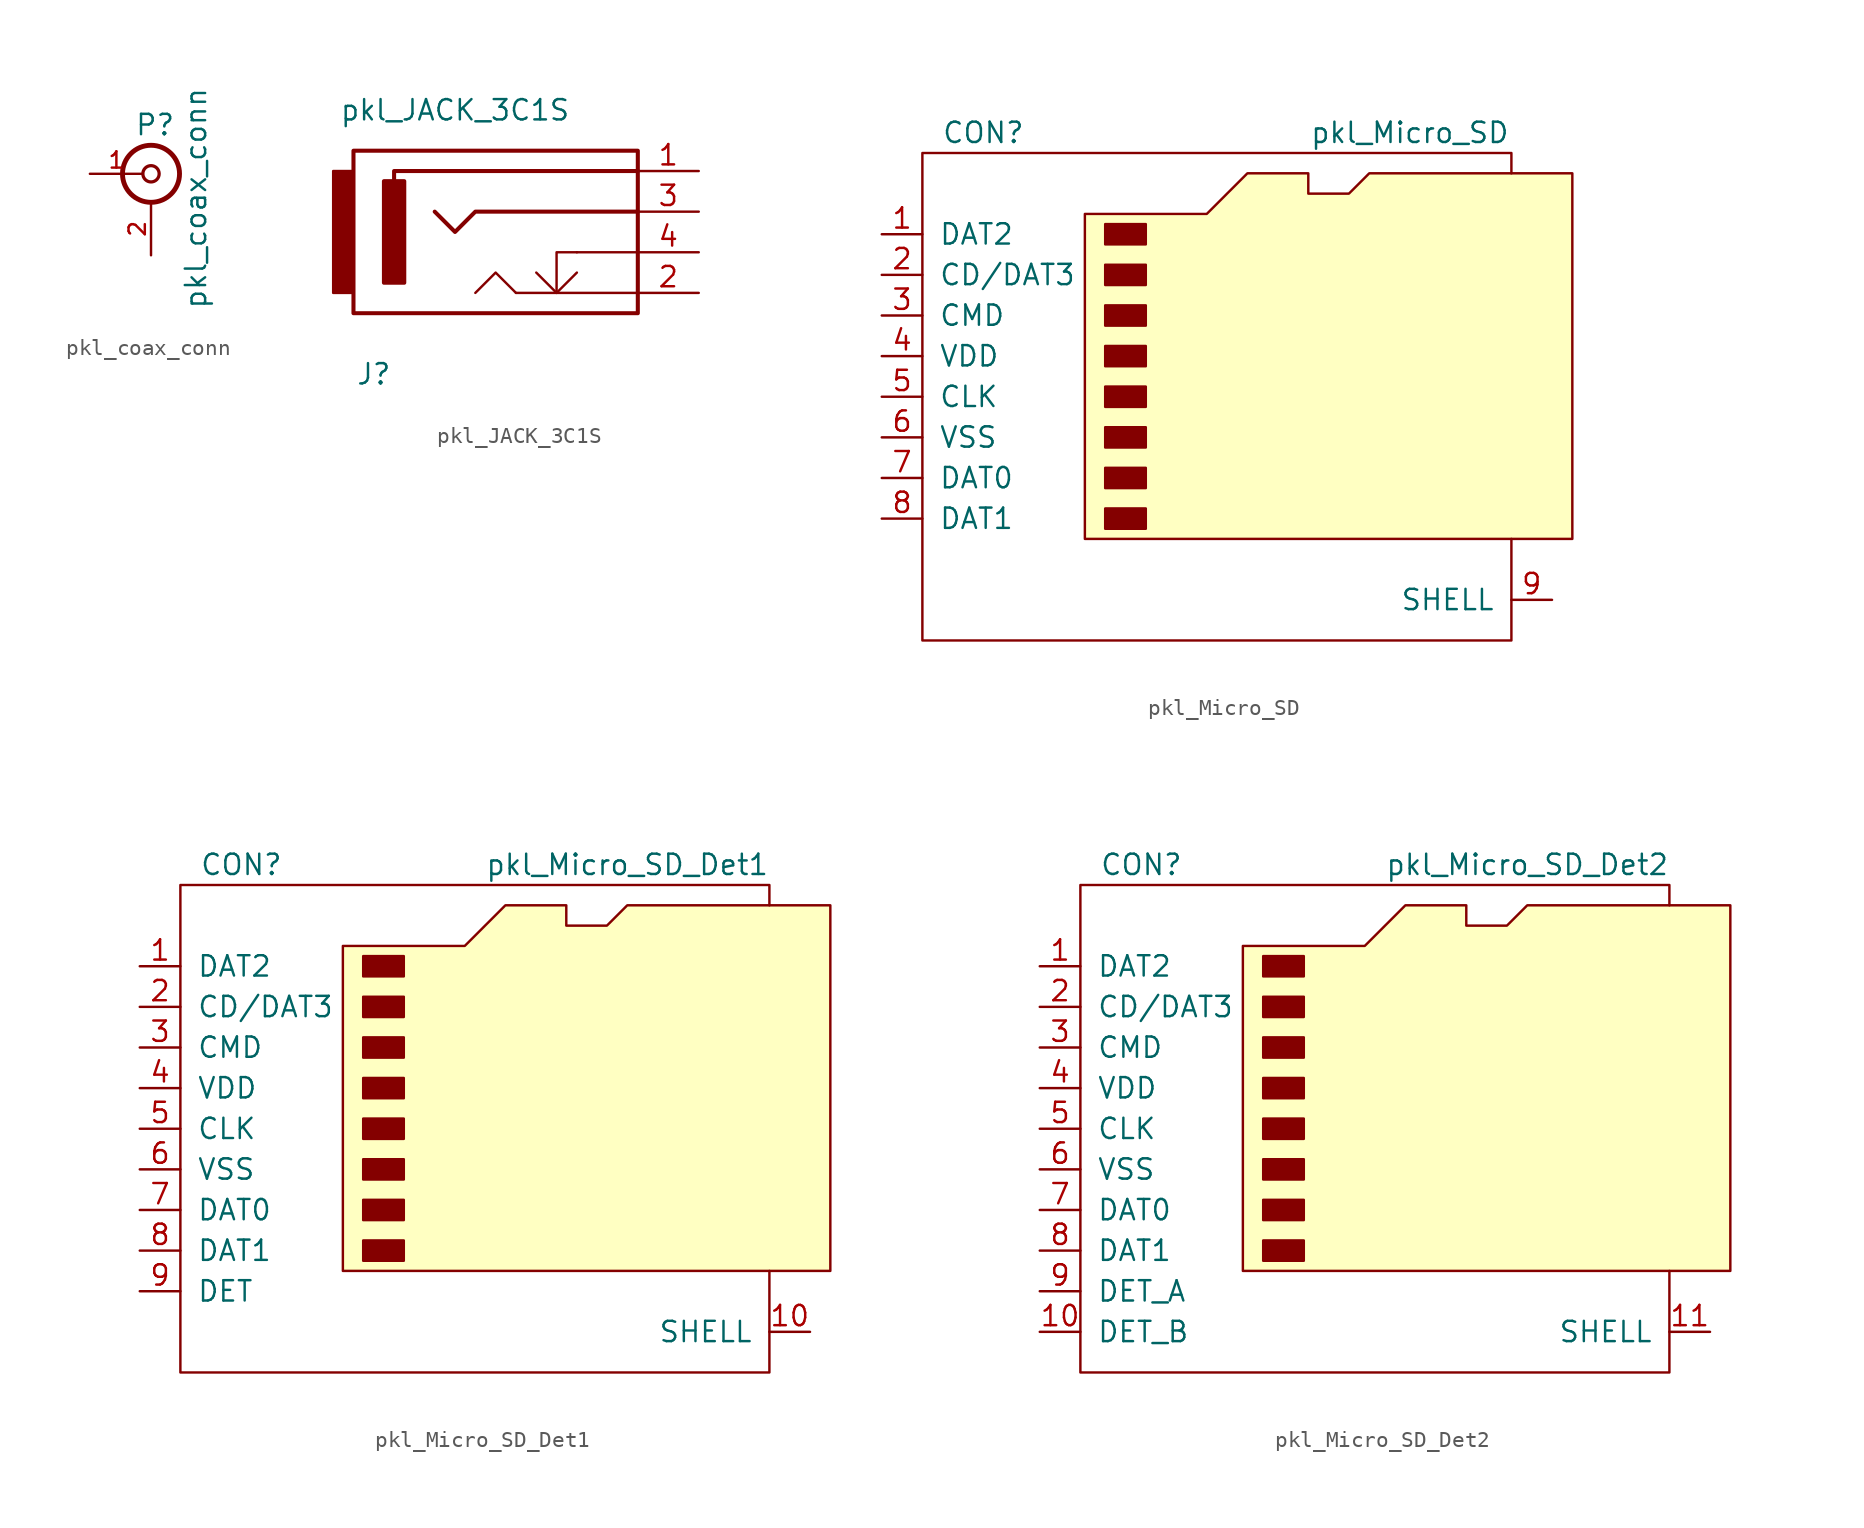
<source format=kicad_sym>
(kicad_symbol_lib
  (version 20201005)
  (generator kicad_symbol_editor)
  (symbol "pkl_conn:pkl_coax_conn"
    (pin_names
      (offset 1.016) hide)
    (property "Reference" "P"
      (at 0.254 3.048 0)
      (effects (font (size 1.27 1.27))))
    (property "Value" "pkl_coax_conn"
      (at 2.794 -1.524 90)
      (effects (font (size 1.27 1.27))))
    (property "Footprint" ""
      (at 0 0 0)
      (effects (font (size 1.524 1.524))))
    (property "Datasheet" ""
      (at 0 0 0)
      (effects (font (size 1.524 1.524))))
    (symbol "pkl_coax_conn_0_1"
      (circle (center 0 0) (radius 0.508) (stroke (width 0.203)) (fill (type none)))
      (circle (center 0 0) (radius 1.778) (stroke (width 0.305)) (fill (type none))))
    (symbol "pkl_coax_conn_1_1"
      (pin passive line (at -3.81 0 0) (length 3.302) (name "In" (effects (font (size 1.016 1.016)))) (number "1" (effects (font (size 1.016 1.016)))))
      (pin passive line (at 0 -5.08 90) (length 3.302) (name "Ext" (effects (font (size 1.016 1.016)))) (number "2" (effects (font (size 1.016 1.016)))))))
  (symbol "pkl_conn:pkl_JACK_3C1S"
    (pin_names
      (offset 1.016))
    (property "Reference" "J"
      (at -8.89 -7.62 0)
      (effects (font (size 1.27 1.27))))
    (property "Value" "pkl_JACK_3C1S"
      (at -3.81 8.89 0)
      (effects (font (size 1.27 1.27))))
    (symbol "pkl_JACK_3C1S_0_1"
      (rectangle (start -11.43 5.08) (end -10.16 -2.54) (stroke (width 0)) (fill (type outline)))
      (rectangle (start -8.255 4.445) (end -6.985 -1.905) (stroke (width 0.254)) (fill (type outline)))
      (rectangle (start 7.62 -3.81) (end -10.16 6.35) (stroke (width 0.254)) (fill (type none)))
      (polyline (pts (xy 3.81 0) (xy 7.62 0) (xy 7.62 0)) (stroke (width 0)) (fill (type none)))
      (polyline (pts (xy 7.62 5.08) (xy -7.62 5.08) (xy -7.62 4.445)) (stroke (width 0.254)) (fill (type none)))
      (polyline (pts (xy 0 -2.54) (xy -1.27 -1.27) (xy -2.54 -2.54) (xy -2.54 -2.54)) (stroke (width 0)) (fill (type none)))
      (polyline (pts (xy 0 -2.54) (xy 7.62 -2.54) (xy 7.62 -2.54) (xy 7.62 -2.54)) (stroke (width 0)) (fill (type none)))
      (polyline (pts (xy 1.27 -1.27) (xy 2.54 -2.54) (xy 3.81 -1.27) (xy 3.81 -1.27)) (stroke (width 0)) (fill (type none)))
      (polyline (pts (xy 3.81 0) (xy 2.54 0) (xy 2.54 -2.54) (xy 2.54 -2.54)) (stroke (width 0)) (fill (type none)))
      (polyline (pts (xy 7.62 2.54) (xy -2.54 2.54) (xy -3.81 1.27) (xy -5.08 2.54)) (stroke (width 0.254)) (fill (type none))))
    (symbol "pkl_JACK_3C1S_1_1"
      (pin passive line (at 11.43 5.08 180) (length 3.81) (name "~" (effects (font (size 1.27 1.27)))) (number "1" (effects (font (size 1.27 1.27)))))
      (pin passive line (at 11.43 -2.54 180) (length 3.81) (name "~" (effects (font (size 1.27 1.27)))) (number "2" (effects (font (size 1.27 1.27)))))
      (pin passive line (at 11.43 2.54 180) (length 3.81) (name "~" (effects (font (size 1.27 1.27)))) (number "3" (effects (font (size 1.27 1.27)))))
      (pin passive line (at 11.43 0 180) (length 3.81) (name "~" (effects (font (size 1.27 1.27)))) (number "4" (effects (font (size 1.27 1.27)))))))
  (symbol "pkl_conn:pkl_Micro_SD"
    (pin_names
      (offset 1.016))
    (property "Reference" "CON"
      (at -16.51 16.51 0)
      (effects (font (size 1.27 1.27))))
    (property "Value" "pkl_Micro_SD"
      (at 10.16 16.51 0)
      (effects (font (size 1.27 1.27))))
    (property "Footprint" ""
      (at 3.81 10.16 0)
      (effects (font (size 1.27 1.27))))
    (property "Datasheet" ""
      (at 0 2.54 0)
      (effects (font (size 1.524 1.524))))
    (symbol "pkl_Micro_SD_0_1"
      (rectangle (start -8.89 -6.985) (end -6.35 -8.255) (stroke (width 0)) (fill (type outline)))
      (rectangle (start -8.89 -4.445) (end -6.35 -5.715) (stroke (width 0)) (fill (type outline)))
      (rectangle (start -8.89 -1.905) (end -6.35 -3.175) (stroke (width 0)) (fill (type outline)))
      (rectangle (start -8.89 0.635) (end -6.35 -0.635) (stroke (width 0)) (fill (type outline)))
      (rectangle (start -8.89 3.175) (end -6.35 1.905) (stroke (width 0)) (fill (type outline)))
      (rectangle (start -8.89 5.715) (end -6.35 4.445) (stroke (width 0)) (fill (type outline)))
      (rectangle (start -8.89 8.255) (end -6.35 6.985) (stroke (width 0)) (fill (type outline)))
      (rectangle (start -8.89 10.795) (end -6.35 9.525) (stroke (width 0)) (fill (type outline)))
      (polyline (pts (xy 16.51 13.97) (xy 16.51 15.24) (xy -20.32 15.24) (xy -20.32 -15.24) (xy 16.51 -15.24) (xy 16.51 -8.89)) (stroke (width 0)) (fill (type none)))
      (polyline (pts (xy -10.16 11.43) (xy -2.54 11.43) (xy 0 13.97) (xy 3.81 13.97) (xy 3.81 12.7) (xy 6.35 12.7) (xy 7.62 13.97) (xy 20.32 13.97) (xy 20.32 -8.89) (xy -10.16 -8.89) (xy -10.16 11.43)) (stroke (width 0)) (fill (type background))))
    (symbol "pkl_Micro_SD_1_1"
      (pin bidirectional line (at -22.86 10.16 0) (length 2.54) (name "DAT2" (effects (font (size 1.27 1.27)))) (number "1" (effects (font (size 1.27 1.27)))))
      (pin passive line (at 19.05 -12.7 180) (length 2.54) (name "SHELL" (effects (font (size 1.27 1.27)))) (number "9" (effects (font (size 1.27 1.27)))))
      (pin bidirectional line (at -22.86 7.62 0) (length 2.54) (name "CD/DAT3" (effects (font (size 1.27 1.27)))) (number "2" (effects (font (size 1.27 1.27)))))
      (pin bidirectional line (at -22.86 5.08 0) (length 2.54) (name "CMD" (effects (font (size 1.27 1.27)))) (number "3" (effects (font (size 1.27 1.27)))))
      (pin power_in line (at -22.86 2.54 0) (length 2.54) (name "VDD" (effects (font (size 1.27 1.27)))) (number "4" (effects (font (size 1.27 1.27)))))
      (pin input line (at -22.86 0 0) (length 2.54) (name "CLK" (effects (font (size 1.27 1.27)))) (number "5" (effects (font (size 1.27 1.27)))))
      (pin power_in line (at -22.86 -2.54 0) (length 2.54) (name "VSS" (effects (font (size 1.27 1.27)))) (number "6" (effects (font (size 1.27 1.27)))))
      (pin bidirectional line (at -22.86 -5.08 0) (length 2.54) (name "DAT0" (effects (font (size 1.27 1.27)))) (number "7" (effects (font (size 1.27 1.27)))))
      (pin bidirectional line (at -22.86 -7.62 0) (length 2.54) (name "DAT1" (effects (font (size 1.27 1.27)))) (number "8" (effects (font (size 1.27 1.27)))))))
  (symbol "pkl_conn:pkl_Micro_SD_Det1"
    (pin_names
      (offset 1.016))
    (property "Reference" "CON"
      (at -16.51 16.51 0)
      (effects (font (size 1.27 1.27))))
    (property "Value" "pkl_Micro_SD_Det1"
      (at 7.62 16.51 0)
      (effects (font (size 1.27 1.27))))
    (property "Footprint" ""
      (at 3.81 10.16 0)
      (effects (font (size 1.27 1.27))))
    (property "Datasheet" ""
      (at 0 2.54 0)
      (effects (font (size 1.524 1.524))))
    (symbol "pkl_Micro_SD_Det1_0_1"
      (rectangle (start -8.89 -6.985) (end -6.35 -8.255) (stroke (width 0)) (fill (type outline)))
      (rectangle (start -8.89 -4.445) (end -6.35 -5.715) (stroke (width 0)) (fill (type outline)))
      (rectangle (start -8.89 -1.905) (end -6.35 -3.175) (stroke (width 0)) (fill (type outline)))
      (rectangle (start -8.89 0.635) (end -6.35 -0.635) (stroke (width 0)) (fill (type outline)))
      (rectangle (start -8.89 3.175) (end -6.35 1.905) (stroke (width 0)) (fill (type outline)))
      (rectangle (start -8.89 5.715) (end -6.35 4.445) (stroke (width 0)) (fill (type outline)))
      (rectangle (start -8.89 8.255) (end -6.35 6.985) (stroke (width 0)) (fill (type outline)))
      (rectangle (start -8.89 10.795) (end -6.35 9.525) (stroke (width 0)) (fill (type outline)))
      (polyline (pts (xy 16.51 13.97) (xy 16.51 15.24) (xy -20.32 15.24) (xy -20.32 -15.24) (xy 16.51 -15.24) (xy 16.51 -8.89)) (stroke (width 0)) (fill (type none)))
      (polyline (pts (xy -10.16 11.43) (xy -2.54 11.43) (xy 0 13.97) (xy 3.81 13.97) (xy 3.81 12.7) (xy 6.35 12.7) (xy 7.62 13.97) (xy 20.32 13.97) (xy 20.32 -8.89) (xy -10.16 -8.89) (xy -10.16 11.43)) (stroke (width 0)) (fill (type background))))
    (symbol "pkl_Micro_SD_Det1_1_1"
      (pin passive line (at -22.86 -10.16 0) (length 2.54) (name "DET" (effects (font (size 1.27 1.27)))) (number "9" (effects (font (size 1.27 1.27)))))
      (pin bidirectional line (at -22.86 10.16 0) (length 2.54) (name "DAT2" (effects (font (size 1.27 1.27)))) (number "1" (effects (font (size 1.27 1.27)))))
      (pin passive line (at 19.05 -12.7 180) (length 2.54) (name "SHELL" (effects (font (size 1.27 1.27)))) (number "10" (effects (font (size 1.27 1.27)))))
      (pin bidirectional line (at -22.86 7.62 0) (length 2.54) (name "CD/DAT3" (effects (font (size 1.27 1.27)))) (number "2" (effects (font (size 1.27 1.27)))))
      (pin bidirectional line (at -22.86 5.08 0) (length 2.54) (name "CMD" (effects (font (size 1.27 1.27)))) (number "3" (effects (font (size 1.27 1.27)))))
      (pin power_in line (at -22.86 2.54 0) (length 2.54) (name "VDD" (effects (font (size 1.27 1.27)))) (number "4" (effects (font (size 1.27 1.27)))))
      (pin input line (at -22.86 0 0) (length 2.54) (name "CLK" (effects (font (size 1.27 1.27)))) (number "5" (effects (font (size 1.27 1.27)))))
      (pin power_in line (at -22.86 -2.54 0) (length 2.54) (name "VSS" (effects (font (size 1.27 1.27)))) (number "6" (effects (font (size 1.27 1.27)))))
      (pin bidirectional line (at -22.86 -5.08 0) (length 2.54) (name "DAT0" (effects (font (size 1.27 1.27)))) (number "7" (effects (font (size 1.27 1.27)))))
      (pin bidirectional line (at -22.86 -7.62 0) (length 2.54) (name "DAT1" (effects (font (size 1.27 1.27)))) (number "8" (effects (font (size 1.27 1.27)))))))
  (symbol "pkl_conn:pkl_Micro_SD_Det2"
    (pin_names
      (offset 1.016))
    (property "Reference" "CON"
      (at -16.51 16.51 0)
      (effects (font (size 1.27 1.27))))
    (property "Value" "pkl_Micro_SD_Det2"
      (at 7.62 16.51 0)
      (effects (font (size 1.27 1.27))))
    (property "Footprint" ""
      (at 3.81 10.16 0)
      (effects (font (size 1.27 1.27))))
    (property "Datasheet" ""
      (at 0 2.54 0)
      (effects (font (size 1.524 1.524))))
    (symbol "pkl_Micro_SD_Det2_0_1"
      (rectangle (start -8.89 -6.985) (end -6.35 -8.255) (stroke (width 0)) (fill (type outline)))
      (rectangle (start -8.89 -4.445) (end -6.35 -5.715) (stroke (width 0)) (fill (type outline)))
      (rectangle (start -8.89 -1.905) (end -6.35 -3.175) (stroke (width 0)) (fill (type outline)))
      (rectangle (start -8.89 0.635) (end -6.35 -0.635) (stroke (width 0)) (fill (type outline)))
      (rectangle (start -8.89 3.175) (end -6.35 1.905) (stroke (width 0)) (fill (type outline)))
      (rectangle (start -8.89 5.715) (end -6.35 4.445) (stroke (width 0)) (fill (type outline)))
      (rectangle (start -8.89 8.255) (end -6.35 6.985) (stroke (width 0)) (fill (type outline)))
      (rectangle (start -8.89 10.795) (end -6.35 9.525) (stroke (width 0)) (fill (type outline)))
      (polyline (pts (xy 16.51 13.97) (xy 16.51 15.24) (xy -20.32 15.24) (xy -20.32 -15.24) (xy 16.51 -15.24) (xy 16.51 -8.89)) (stroke (width 0)) (fill (type none)))
      (polyline (pts (xy -10.16 11.43) (xy -2.54 11.43) (xy 0 13.97) (xy 3.81 13.97) (xy 3.81 12.7) (xy 6.35 12.7) (xy 7.62 13.97) (xy 20.32 13.97) (xy 20.32 -8.89) (xy -10.16 -8.89) (xy -10.16 11.43)) (stroke (width 0)) (fill (type background))))
    (symbol "pkl_Micro_SD_Det2_1_1"
      (pin passive line (at -22.86 -12.7 0) (length 2.54) (name "DET_B" (effects (font (size 1.27 1.27)))) (number "10" (effects (font (size 1.27 1.27)))))
      (pin passive line (at -22.86 -10.16 0) (length 2.54) (name "DET_A" (effects (font (size 1.27 1.27)))) (number "9" (effects (font (size 1.27 1.27)))))
      (pin bidirectional line (at -22.86 10.16 0) (length 2.54) (name "DAT2" (effects (font (size 1.27 1.27)))) (number "1" (effects (font (size 1.27 1.27)))))
      (pin passive line (at 19.05 -12.7 180) (length 2.54) (name "SHELL" (effects (font (size 1.27 1.27)))) (number "11" (effects (font (size 1.27 1.27)))))
      (pin bidirectional line (at -22.86 7.62 0) (length 2.54) (name "CD/DAT3" (effects (font (size 1.27 1.27)))) (number "2" (effects (font (size 1.27 1.27)))))
      (pin bidirectional line (at -22.86 5.08 0) (length 2.54) (name "CMD" (effects (font (size 1.27 1.27)))) (number "3" (effects (font (size 1.27 1.27)))))
      (pin power_in line (at -22.86 2.54 0) (length 2.54) (name "VDD" (effects (font (size 1.27 1.27)))) (number "4" (effects (font (size 1.27 1.27)))))
      (pin input line (at -22.86 0 0) (length 2.54) (name "CLK" (effects (font (size 1.27 1.27)))) (number "5" (effects (font (size 1.27 1.27)))))
      (pin power_in line (at -22.86 -2.54 0) (length 2.54) (name "VSS" (effects (font (size 1.27 1.27)))) (number "6" (effects (font (size 1.27 1.27)))))
      (pin bidirectional line (at -22.86 -5.08 0) (length 2.54) (name "DAT0" (effects (font (size 1.27 1.27)))) (number "7" (effects (font (size 1.27 1.27)))))
      (pin bidirectional line (at -22.86 -7.62 0) (length 2.54) (name "DAT1" (effects (font (size 1.27 1.27)))) (number "8" (effects (font (size 1.27 1.27))))))))
</source>
